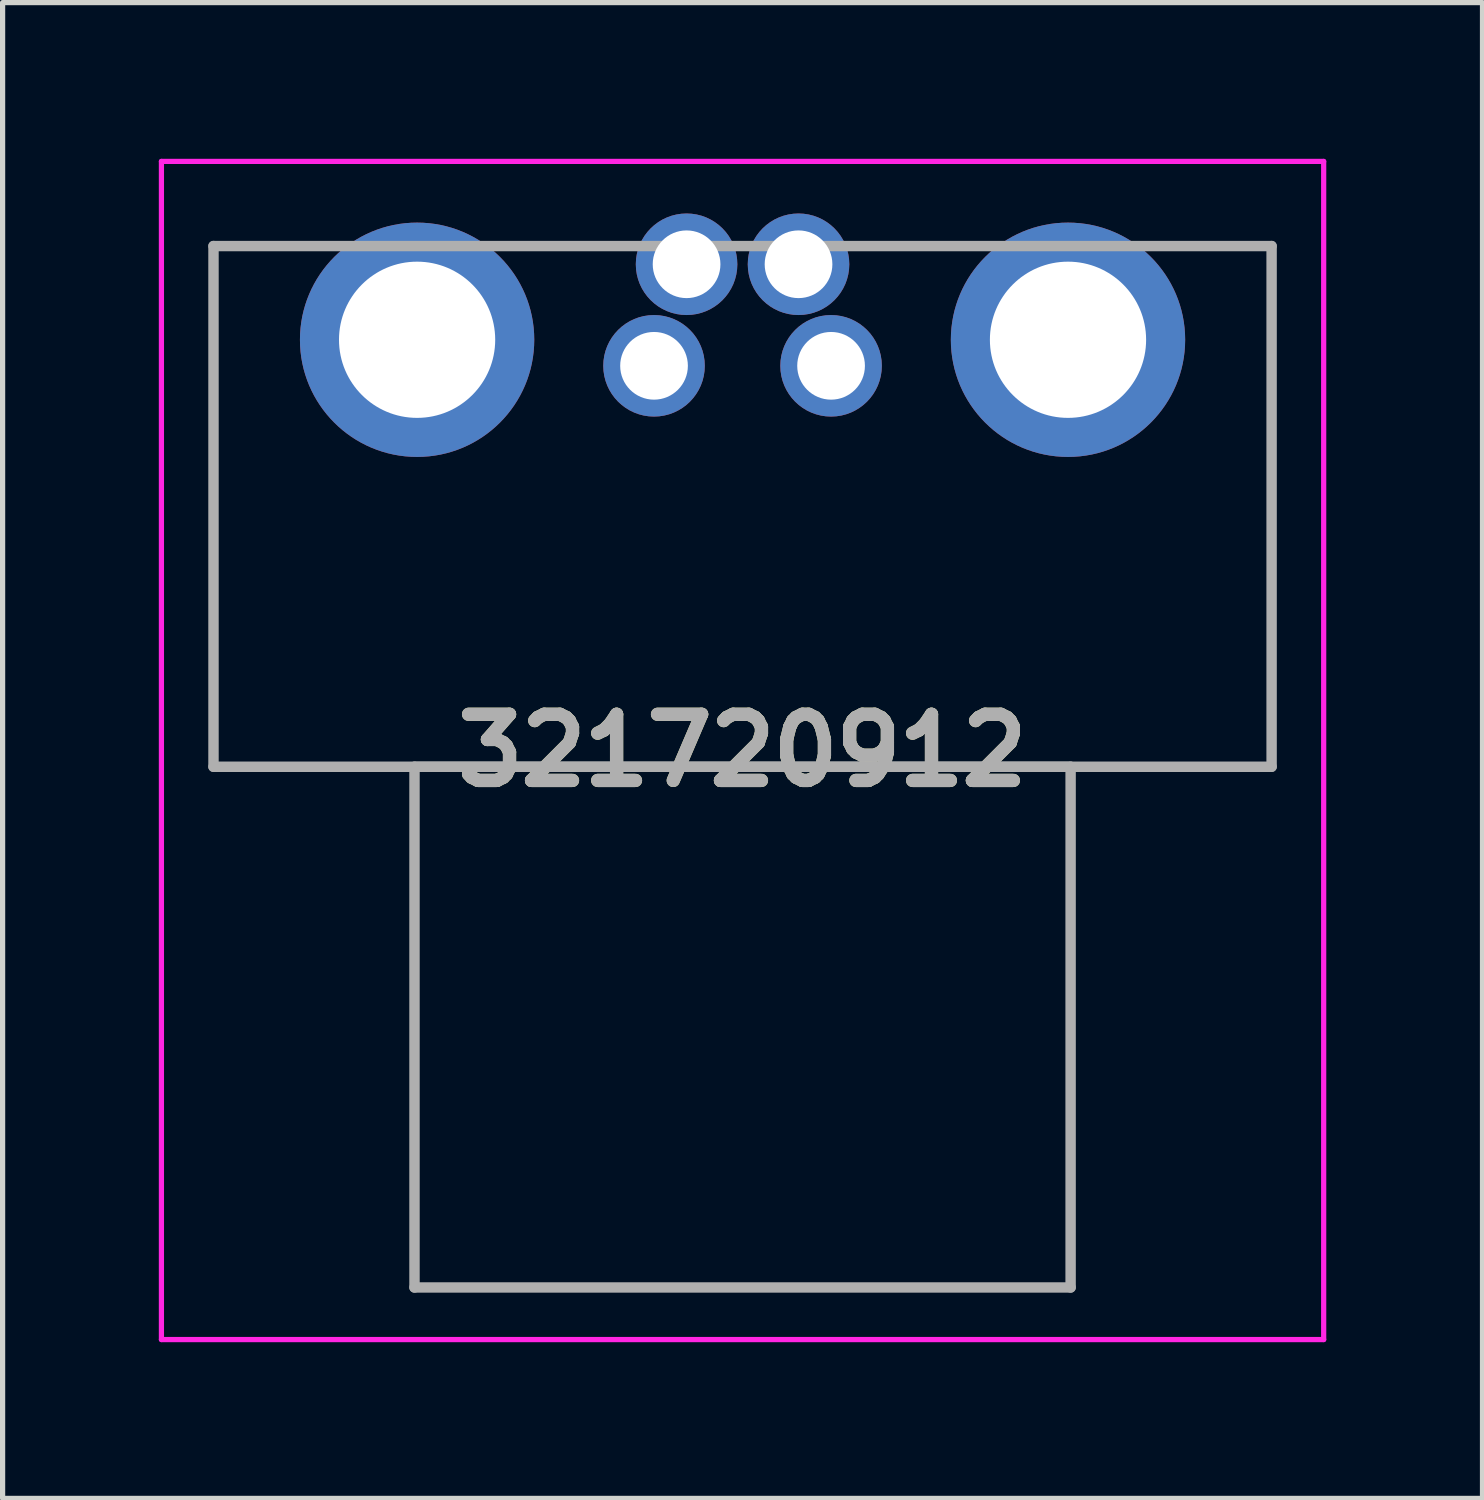
<source format=kicad_pcb>
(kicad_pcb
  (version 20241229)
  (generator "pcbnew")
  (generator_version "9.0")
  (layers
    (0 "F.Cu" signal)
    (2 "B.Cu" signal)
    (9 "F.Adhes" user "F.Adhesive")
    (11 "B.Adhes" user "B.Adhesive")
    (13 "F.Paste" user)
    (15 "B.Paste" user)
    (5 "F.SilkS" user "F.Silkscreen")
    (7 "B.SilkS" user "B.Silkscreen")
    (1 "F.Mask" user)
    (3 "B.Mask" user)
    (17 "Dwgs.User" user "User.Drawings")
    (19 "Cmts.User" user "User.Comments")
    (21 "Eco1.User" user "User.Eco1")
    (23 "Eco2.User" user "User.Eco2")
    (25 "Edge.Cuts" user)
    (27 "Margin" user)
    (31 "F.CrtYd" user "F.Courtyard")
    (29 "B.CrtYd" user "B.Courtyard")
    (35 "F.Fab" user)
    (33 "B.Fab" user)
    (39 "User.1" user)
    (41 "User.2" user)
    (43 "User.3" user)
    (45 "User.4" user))
  (footprint "321720912"
    (layer "F.Cu")
    (at 9.51 3.975)
    (property "Reference" "321720912" (at 1.7 7.388 0) (layer "F.SilkS") (effects (font (size 1.27 1.27) (thickness 0.254))))
    (attr through_hole)
    (fp_line (start -8.46 -2.3) (end -8.46 7.7) (stroke (width 0.1) (type solid)) (layer "F.SilkS"))
    (fp_line (start -8.46 7.7) (end 11.86 7.7) (stroke (width 0.1) (type solid)) (layer "F.SilkS"))
    (fp_line (start -7.3 -2.3) (end -8.46 -2.3) (stroke (width 0.1) (type solid)) (layer "F.SilkS"))
    (fp_line (start 11.86 -2.3) (end 10.7 -2.3) (stroke (width 0.1) (type solid)) (layer "F.SilkS"))
    (fp_line (start 11.86 7.7) (end 11.86 -2.3) (stroke (width 0.1) (type solid)) (layer "F.SilkS"))
    (fp_line (start -9.46 -3.925) (end 12.86 -3.925) (stroke (width 0.1) (type solid)) (layer "F.CrtYd"))
    (fp_line (start -9.46 18.7) (end -9.46 -3.925) (stroke (width 0.1) (type solid)) (layer "F.CrtYd"))
    (fp_line (start 12.86 -3.925) (end 12.86 18.7) (stroke (width 0.1) (type solid)) (layer "F.CrtYd"))
    (fp_line (start 12.86 18.7) (end -9.46 18.7) (stroke (width 0.1) (type solid)) (layer "F.CrtYd"))
    (fp_line (start -8.46 -2.3) (end 11.86 -2.3) (stroke (width 0.2) (type solid)) (layer "F.Fab"))
    (fp_line (start -8.46 7.7) (end -8.46 -2.3) (stroke (width 0.2) (type solid)) (layer "F.Fab"))
    (fp_line (start -4.6 7.7) (end 8 7.7) (stroke (width 0.2) (type solid)) (layer "F.Fab"))
    (fp_line (start -4.6 17.7) (end -4.6 7.7) (stroke (width 0.2) (type solid)) (layer "F.Fab"))
    (fp_line (start 8 7.7) (end 8 17.7) (stroke (width 0.2) (type solid)) (layer "F.Fab"))
    (fp_line (start 8 17.7) (end -4.6 17.7) (stroke (width 0.2) (type solid)) (layer "F.Fab"))
    (fp_line (start 11.86 -2.3) (end 11.86 7.7) (stroke (width 0.2) (type solid)) (layer "F.Fab"))
    (fp_line (start 11.86 7.7) (end -8.46 7.7) (stroke (width 0.2) (type solid)) (layer "F.Fab"))
    (fp_text user "${REFERENCE}" (at 1.7 7.388 0) (layer "F.Fab") (effects (font (size 1.27 1.27) (thickness 0.254))))
    (pad "1" thru_hole circle (at 0 0) (size 1.95 1.95) (drill 1.3) (layers "*.Cu" "*.Mask"))
    (pad "2" thru_hole circle (at 0.625 -1.95) (size 1.95 1.95) (drill 1.3) (layers "*.Cu" "*.Mask"))
    (pad "3" thru_hole circle (at 2.775 -1.95) (size 1.95 1.95) (drill 1.3) (layers "*.Cu" "*.Mask"))
    (pad "4" thru_hole circle (at 3.4 0) (size 1.95 1.95) (drill 1.3) (layers "*.Cu" "*.Mask"))
    (pad "MH1" thru_hole circle (at -4.55 -0.5) (size 4.5 4.5) (drill 3) (layers "*.Cu" "*.Mask"))
    (pad "MH2" thru_hole circle (at 7.95 -0.5) (size 4.5 4.5) (drill 3) (layers "*.Cu" "*.Mask")))
  (gr_rect
    (start -3 -3)
    (end 25.42 25.725)
    (stroke (width 0.1) (type default))
    (fill no)
    (layer "Edge.Cuts")))
</source>
